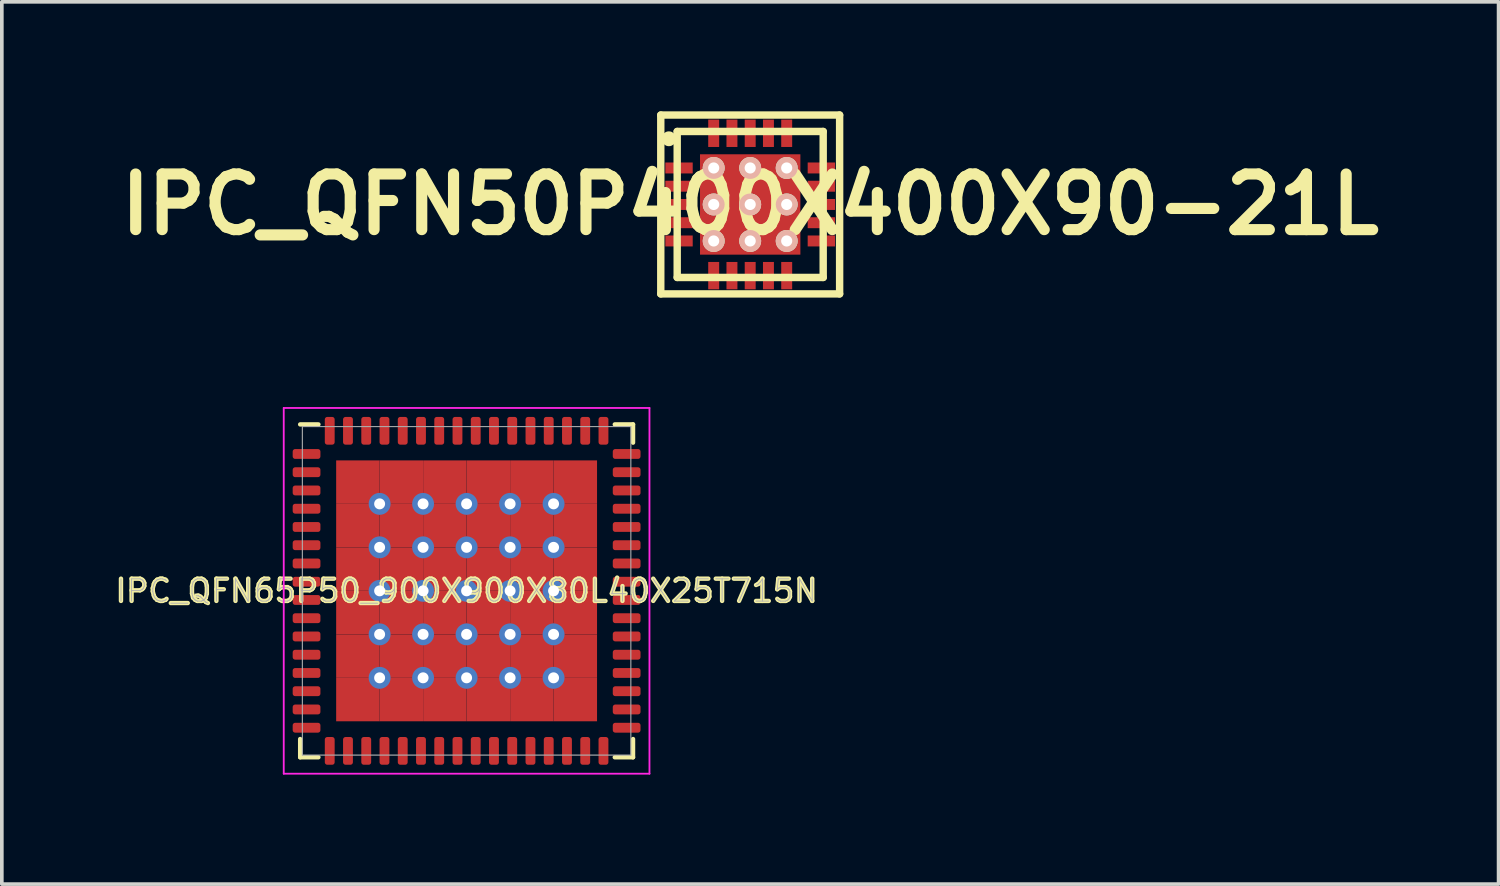
<source format=kicad_pcb>
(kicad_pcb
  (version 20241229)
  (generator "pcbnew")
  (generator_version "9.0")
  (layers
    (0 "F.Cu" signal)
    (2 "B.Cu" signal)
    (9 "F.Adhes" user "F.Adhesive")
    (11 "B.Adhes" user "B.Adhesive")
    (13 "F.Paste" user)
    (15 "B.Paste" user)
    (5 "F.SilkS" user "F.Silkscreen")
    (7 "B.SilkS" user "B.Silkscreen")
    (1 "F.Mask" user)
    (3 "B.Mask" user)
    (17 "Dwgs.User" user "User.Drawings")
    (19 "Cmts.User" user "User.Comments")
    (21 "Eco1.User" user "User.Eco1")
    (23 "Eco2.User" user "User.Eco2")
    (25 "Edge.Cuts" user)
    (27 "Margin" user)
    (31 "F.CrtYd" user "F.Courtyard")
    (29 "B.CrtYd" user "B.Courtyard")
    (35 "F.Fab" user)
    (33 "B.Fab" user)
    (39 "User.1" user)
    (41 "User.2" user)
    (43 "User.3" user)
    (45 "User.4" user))
  (footprint "IPC_QFN50P400X400X90-21L"
    (layer "F.Cu")
    (at 17.504 2.552)
    (property "Reference" "IPC_QFN50P400X400X90-21L" (at 0 0 0) (layer "F.SilkS") (effects (font (size 1.524 1.524) (thickness 0.305))))
    (attr through_hole)
    (fp_line (start -2.45 -2.45) (end 2.45 -2.45) (stroke (width 0.203) (type solid)) (layer "F.SilkS"))
    (fp_line (start -2.45 2.45) (end -2.45 -2.45) (stroke (width 0.203) (type solid)) (layer "F.SilkS"))
    (fp_line (start -2 -2) (end 2 -2) (stroke (width 0.203) (type solid)) (layer "F.SilkS"))
    (fp_line (start -2 2) (end -2 -2) (stroke (width 0.203) (type solid)) (layer "F.SilkS"))
    (fp_line (start 2 -2) (end 2 2) (stroke (width 0.203) (type solid)) (layer "F.SilkS"))
    (fp_line (start 2 2) (end -2 2) (stroke (width 0.203) (type solid)) (layer "F.SilkS"))
    (fp_line (start 2.45 -2.45) (end 2.45 2.45) (stroke (width 0.203) (type solid)) (layer "F.SilkS"))
    (fp_line (start 2.45 2.45) (end -2.45 2.45) (stroke (width 0.203) (type solid)) (layer "F.SilkS"))
    (fp_circle (center -2.228 -1.8) (end -2.126 -1.8) (stroke (width 0.203) (type solid)) (fill no) (layer "F.SilkS"))
    (pad "1" smd rect (at -1.95 -1) (size 0.75 0.3) (layers "F.Cu" "F.Mask" "F.Paste"))
    (pad "2" smd rect (at -1.95 -0.5) (size 0.75 0.3) (layers "F.Cu" "F.Mask" "F.Paste"))
    (pad "3" smd rect (at -1.95 0) (size 0.75 0.3) (layers "F.Cu" "F.Mask" "F.Paste"))
    (pad "4" smd rect (at -1.95 0.5) (size 0.75 0.3) (layers "F.Cu" "F.Mask" "F.Paste"))
    (pad "5" smd rect (at -1.95 1) (size 0.75 0.3) (layers "F.Cu" "F.Mask" "F.Paste"))
    (pad "6" smd rect (at -1 1.95 90) (size 0.75 0.3) (layers "F.Cu" "F.Mask" "F.Paste"))
    (pad "7" smd rect (at -0.5 1.95 90) (size 0.75 0.3) (layers "F.Cu" "F.Mask" "F.Paste"))
    (pad "8" smd rect (at 0 1.95 90) (size 0.75 0.3) (layers "F.Cu" "F.Mask" "F.Paste"))
    (pad "9" smd rect (at 0.5 1.95 90) (size 0.75 0.3) (layers "F.Cu" "F.Mask" "F.Paste"))
    (pad "10" smd rect (at 1 1.95 90) (size 0.75 0.3) (layers "F.Cu" "F.Mask" "F.Paste"))
    (pad "11" smd rect (at 1.95 1 180) (size 0.75 0.3) (layers "F.Cu" "F.Mask" "F.Paste"))
    (pad "12" smd rect (at 1.95 0.5 180) (size 0.75 0.3) (layers "F.Cu" "F.Mask" "F.Paste"))
    (pad "13" smd rect (at 1.95 0 180) (size 0.75 0.3) (layers "F.Cu" "F.Mask" "F.Paste"))
    (pad "14" smd rect (at 1.95 -0.5 180) (size 0.75 0.3) (layers "F.Cu" "F.Mask" "F.Paste"))
    (pad "15" smd rect (at 1.95 -1 180) (size 0.75 0.3) (layers "F.Cu" "F.Mask" "F.Paste"))
    (pad "16" smd rect (at 1 -1.95 270) (size 0.75 0.3) (layers "F.Cu" "F.Mask" "F.Paste"))
    (pad "17" smd rect (at 0.5 -1.95 270) (size 0.75 0.3) (layers "F.Cu" "F.Mask" "F.Paste"))
    (pad "18" smd rect (at 0 -1.95 270) (size 0.75 0.3) (layers "F.Cu" "F.Mask" "F.Paste"))
    (pad "19" smd rect (at -0.5 -1.95 270) (size 0.75 0.3) (layers "F.Cu" "F.Mask" "F.Paste"))
    (pad "20" smd rect (at -1 -1.95 270) (size 0.75 0.3) (layers "F.Cu" "F.Mask" "F.Paste"))
    (pad "21" thru_hole circle (at -1 -1) (size 0.6 0.6) (drill 0.305) (layers "*.Cu" "*.SilkS" "*.Mask"))
    (pad "21" thru_hole circle (at -1 0) (size 0.6 0.6) (drill 0.305) (layers "*.Cu" "*.SilkS" "*.Mask"))
    (pad "21" thru_hole circle (at -1 1) (size 0.6 0.6) (drill 0.305) (layers "*.Cu" "*.SilkS" "*.Mask"))
    (pad "21" thru_hole circle (at 0 -1) (size 0.6 0.6) (drill 0.305) (layers "*.Cu" "*.SilkS" "*.Mask"))
    (pad "21" thru_hole circle (at 0 0) (size 0.6 0.6) (drill 0.305) (layers "*.Cu" "*.SilkS" "*.Mask"))
    (pad "21" smd rect (at 0 0) (size 2.75 2.75) (layers "F.Cu" "F.Mask" "F.Paste"))
    (pad "21" thru_hole circle (at 0 1) (size 0.6 0.6) (drill 0.305) (layers "*.Cu" "*.SilkS" "*.Mask"))
    (pad "21" thru_hole circle (at 1 -1) (size 0.6 0.6) (drill 0.305) (layers "*.Cu" "*.SilkS" "*.Mask"))
    (pad "21" thru_hole circle (at 1 0) (size 0.6 0.6) (drill 0.305) (layers "*.Cu" "*.SilkS" "*.Mask"))
    (pad "21" thru_hole circle (at 1 1) (size 0.6 0.6) (drill 0.305) (layers "*.Cu" "*.SilkS" "*.Mask")))
  (footprint "IPC_QFN65P50_900X900X80L40X25T715N"
    (layer "F.Cu")
    (at 9.734 13.138)
    (property "Reference" "IPC_QFN65P50_900X900X80L40X25T715N" (at 0 0 0) (layer "F.SilkS") (effects (font (size 0.61 0.61) (thickness 0.12))))
    (attr smd)
    (fp_line (start -4.56 4.06) (end -4.56 4.56) (stroke (width 0.12) (type solid)) (layer "F.SilkS"))
    (fp_line (start -4.56 4.56) (end -4.06 4.56) (stroke (width 0.12) (type solid)) (layer "F.SilkS"))
    (fp_line (start -4.06 -4.56) (end -4.56 -4.56) (stroke (width 0.12) (type solid)) (layer "F.SilkS"))
    (fp_line (start 4.06 4.56) (end 4.56 4.56) (stroke (width 0.12) (type solid)) (layer "F.SilkS"))
    (fp_line (start 4.56 -4.56) (end 4.06 -4.56) (stroke (width 0.12) (type solid)) (layer "F.SilkS"))
    (fp_line (start 4.56 -4.06) (end 4.56 -4.56) (stroke (width 0.12) (type solid)) (layer "F.SilkS"))
    (fp_line (start 4.56 4.56) (end 4.56 4.06) (stroke (width 0.12) (type solid)) (layer "F.SilkS"))
    (fp_line (start -5.01 -5.01) (end 5.01 -5.01) (stroke (width 0.05) (type solid)) (layer "F.CrtYd"))
    (fp_line (start -5.01 5.01) (end -5.01 -5.01) (stroke (width 0.05) (type solid)) (layer "F.CrtYd"))
    (fp_line (start 5.01 -5.01) (end 5.01 5.01) (stroke (width 0.05) (type solid)) (layer "F.CrtYd"))
    (fp_line (start 5.01 5.01) (end -5.01 5.01) (stroke (width 0.05) (type solid)) (layer "F.CrtYd"))
    (fp_line (start -4.5 -4.5) (end 4.5 -4.5) (stroke (width 0.03) (type solid)) (layer "F.Fab"))
    (fp_line (start -4.5 4.5) (end -4.5 -4.5) (stroke (width 0.03) (type solid)) (layer "F.Fab"))
    (fp_line (start 4.5 -4.5) (end 4.5 4.5) (stroke (width 0.03) (type solid)) (layer "F.Fab"))
    (fp_line (start 4.5 4.5) (end -4.5 4.5) (stroke (width 0.03) (type solid)) (layer "F.Fab"))
    (fp_text user "${REFERENCE}" (at 0 0 0) (layer "F.Fab") (effects (font (size 0.61 0.61) (thickness 0.025))))
    (pad "1" smd roundrect (at -4.385 -3.75 270) (size 0.27 0.76) (layers "F.Cu" "F.Mask" "F.Paste") (roundrect_rratio 0.25))
    (pad "2" smd roundrect (at -4.385 -3.25 270) (size 0.27 0.76) (layers "F.Cu" "F.Mask" "F.Paste") (roundrect_rratio 0.25))
    (pad "3" smd roundrect (at -4.385 -2.75 270) (size 0.27 0.76) (layers "F.Cu" "F.Mask" "F.Paste") (roundrect_rratio 0.25))
    (pad "4" smd roundrect (at -4.385 -2.25 270) (size 0.27 0.76) (layers "F.Cu" "F.Mask" "F.Paste") (roundrect_rratio 0.25))
    (pad "5" smd roundrect (at -4.385 -1.75 270) (size 0.27 0.76) (layers "F.Cu" "F.Mask" "F.Paste") (roundrect_rratio 0.25))
    (pad "6" smd roundrect (at -4.385 -1.25 270) (size 0.27 0.76) (layers "F.Cu" "F.Mask" "F.Paste") (roundrect_rratio 0.25))
    (pad "7" smd roundrect (at -4.385 -0.75 270) (size 0.27 0.76) (layers "F.Cu" "F.Mask" "F.Paste") (roundrect_rratio 0.25))
    (pad "8" smd roundrect (at -4.385 -0.25 270) (size 0.27 0.76) (layers "F.Cu" "F.Mask" "F.Paste") (roundrect_rratio 0.25))
    (pad "9" smd roundrect (at -4.385 0.25 270) (size 0.27 0.76) (layers "F.Cu" "F.Mask" "F.Paste") (roundrect_rratio 0.25))
    (pad "10" smd roundrect (at -4.385 0.75 270) (size 0.27 0.76) (layers "F.Cu" "F.Mask" "F.Paste") (roundrect_rratio 0.25))
    (pad "11" smd roundrect (at -4.385 1.25 270) (size 0.27 0.76) (layers "F.Cu" "F.Mask" "F.Paste") (roundrect_rratio 0.25))
    (pad "12" smd roundrect (at -4.385 1.75 270) (size 0.27 0.76) (layers "F.Cu" "F.Mask" "F.Paste") (roundrect_rratio 0.25))
    (pad "13" smd roundrect (at -4.385 2.25 270) (size 0.27 0.76) (layers "F.Cu" "F.Mask" "F.Paste") (roundrect_rratio 0.25))
    (pad "14" smd roundrect (at -4.385 2.75 270) (size 0.27 0.76) (layers "F.Cu" "F.Mask" "F.Paste") (roundrect_rratio 0.25))
    (pad "15" smd roundrect (at -4.385 3.25 270) (size 0.27 0.76) (layers "F.Cu" "F.Mask" "F.Paste") (roundrect_rratio 0.25))
    (pad "16" smd roundrect (at -4.385 3.75 270) (size 0.27 0.76) (layers "F.Cu" "F.Mask" "F.Paste") (roundrect_rratio 0.25))
    (pad "17" smd roundrect (at -3.75 4.385) (size 0.27 0.76) (layers "F.Cu" "F.Mask" "F.Paste") (roundrect_rratio 0.25))
    (pad "18" smd roundrect (at -3.25 4.385) (size 0.27 0.76) (layers "F.Cu" "F.Mask" "F.Paste") (roundrect_rratio 0.25))
    (pad "19" smd roundrect (at -2.75 4.385) (size 0.27 0.76) (layers "F.Cu" "F.Mask" "F.Paste") (roundrect_rratio 0.25))
    (pad "20" smd roundrect (at -2.25 4.385) (size 0.27 0.76) (layers "F.Cu" "F.Mask" "F.Paste") (roundrect_rratio 0.25))
    (pad "21" smd roundrect (at -1.75 4.385) (size 0.27 0.76) (layers "F.Cu" "F.Mask" "F.Paste") (roundrect_rratio 0.25))
    (pad "22" smd roundrect (at -1.25 4.385) (size 0.27 0.76) (layers "F.Cu" "F.Mask" "F.Paste") (roundrect_rratio 0.25))
    (pad "23" smd roundrect (at -0.75 4.385) (size 0.27 0.76) (layers "F.Cu" "F.Mask" "F.Paste") (roundrect_rratio 0.25))
    (pad "24" smd roundrect (at -0.25 4.385) (size 0.27 0.76) (layers "F.Cu" "F.Mask" "F.Paste") (roundrect_rratio 0.25))
    (pad "25" smd roundrect (at 0.25 4.385) (size 0.27 0.76) (layers "F.Cu" "F.Mask" "F.Paste") (roundrect_rratio 0.25))
    (pad "26" smd roundrect (at 0.75 4.385) (size 0.27 0.76) (layers "F.Cu" "F.Mask" "F.Paste") (roundrect_rratio 0.25))
    (pad "27" smd roundrect (at 1.25 4.385) (size 0.27 0.76) (layers "F.Cu" "F.Mask" "F.Paste") (roundrect_rratio 0.25))
    (pad "28" smd roundrect (at 1.75 4.385) (size 0.27 0.76) (layers "F.Cu" "F.Mask" "F.Paste") (roundrect_rratio 0.25))
    (pad "29" smd roundrect (at 2.25 4.385) (size 0.27 0.76) (layers "F.Cu" "F.Mask" "F.Paste") (roundrect_rratio 0.25))
    (pad "30" smd roundrect (at 2.75 4.385) (size 0.27 0.76) (layers "F.Cu" "F.Mask" "F.Paste") (roundrect_rratio 0.25))
    (pad "31" smd roundrect (at 3.25 4.385) (size 0.27 0.76) (layers "F.Cu" "F.Mask" "F.Paste") (roundrect_rratio 0.25))
    (pad "32" smd roundrect (at 3.75 4.385) (size 0.27 0.76) (layers "F.Cu" "F.Mask" "F.Paste") (roundrect_rratio 0.25))
    (pad "33" smd roundrect (at 4.385 3.75 90) (size 0.27 0.76) (layers "F.Cu" "F.Mask" "F.Paste") (roundrect_rratio 0.25))
    (pad "34" smd roundrect (at 4.385 3.25 90) (size 0.27 0.76) (layers "F.Cu" "F.Mask" "F.Paste") (roundrect_rratio 0.25))
    (pad "35" smd roundrect (at 4.385 2.75 90) (size 0.27 0.76) (layers "F.Cu" "F.Mask" "F.Paste") (roundrect_rratio 0.25))
    (pad "36" smd roundrect (at 4.385 2.25 90) (size 0.27 0.76) (layers "F.Cu" "F.Mask" "F.Paste") (roundrect_rratio 0.25))
    (pad "37" smd roundrect (at 4.385 1.75 90) (size 0.27 0.76) (layers "F.Cu" "F.Mask" "F.Paste") (roundrect_rratio 0.25))
    (pad "38" smd roundrect (at 4.385 1.25 90) (size 0.27 0.76) (layers "F.Cu" "F.Mask" "F.Paste") (roundrect_rratio 0.25))
    (pad "39" smd roundrect (at 4.385 0.75 90) (size 0.27 0.76) (layers "F.Cu" "F.Mask" "F.Paste") (roundrect_rratio 0.25))
    (pad "40" smd roundrect (at 4.385 0.25 90) (size 0.27 0.76) (layers "F.Cu" "F.Mask" "F.Paste") (roundrect_rratio 0.25))
    (pad "41" smd roundrect (at 4.385 -0.25 90) (size 0.27 0.76) (layers "F.Cu" "F.Mask" "F.Paste") (roundrect_rratio 0.25))
    (pad "42" smd roundrect (at 4.385 -0.75 90) (size 0.27 0.76) (layers "F.Cu" "F.Mask" "F.Paste") (roundrect_rratio 0.25))
    (pad "43" smd roundrect (at 4.385 -1.25 90) (size 0.27 0.76) (layers "F.Cu" "F.Mask" "F.Paste") (roundrect_rratio 0.25))
    (pad "44" smd roundrect (at 4.385 -1.75 90) (size 0.27 0.76) (layers "F.Cu" "F.Mask" "F.Paste") (roundrect_rratio 0.25))
    (pad "45" smd roundrect (at 4.385 -2.25 90) (size 0.27 0.76) (layers "F.Cu" "F.Mask" "F.Paste") (roundrect_rratio 0.25))
    (pad "46" smd roundrect (at 4.385 -2.75 90) (size 0.27 0.76) (layers "F.Cu" "F.Mask" "F.Paste") (roundrect_rratio 0.25))
    (pad "47" smd roundrect (at 4.385 -3.25 90) (size 0.27 0.76) (layers "F.Cu" "F.Mask" "F.Paste") (roundrect_rratio 0.25))
    (pad "48" smd roundrect (at 4.385 -3.75 90) (size 0.27 0.76) (layers "F.Cu" "F.Mask" "F.Paste") (roundrect_rratio 0.25))
    (pad "49" smd roundrect (at 3.75 -4.385 180) (size 0.27 0.76) (layers "F.Cu" "F.Mask" "F.Paste") (roundrect_rratio 0.25))
    (pad "50" smd roundrect (at 3.25 -4.385 180) (size 0.27 0.76) (layers "F.Cu" "F.Mask" "F.Paste") (roundrect_rratio 0.25))
    (pad "51" smd roundrect (at 2.75 -4.385 180) (size 0.27 0.76) (layers "F.Cu" "F.Mask" "F.Paste") (roundrect_rratio 0.25))
    (pad "52" smd roundrect (at 2.25 -4.385 180) (size 0.27 0.76) (layers "F.Cu" "F.Mask" "F.Paste") (roundrect_rratio 0.25))
    (pad "53" smd roundrect (at 1.75 -4.385 180) (size 0.27 0.76) (layers "F.Cu" "F.Mask" "F.Paste") (roundrect_rratio 0.25))
    (pad "54" smd roundrect (at 1.25 -4.385 180) (size 0.27 0.76) (layers "F.Cu" "F.Mask" "F.Paste") (roundrect_rratio 0.25))
    (pad "55" smd roundrect (at 0.75 -4.385 180) (size 0.27 0.76) (layers "F.Cu" "F.Mask" "F.Paste") (roundrect_rratio 0.25))
    (pad "56" smd roundrect (at 0.25 -4.385 180) (size 0.27 0.76) (layers "F.Cu" "F.Mask" "F.Paste") (roundrect_rratio 0.25))
    (pad "57" smd roundrect (at -0.25 -4.385 180) (size 0.27 0.76) (layers "F.Cu" "F.Mask" "F.Paste") (roundrect_rratio 0.25))
    (pad "58" smd roundrect (at -0.75 -4.385 180) (size 0.27 0.76) (layers "F.Cu" "F.Mask" "F.Paste") (roundrect_rratio 0.25))
    (pad "59" smd roundrect (at -1.25 -4.385 180) (size 0.27 0.76) (layers "F.Cu" "F.Mask" "F.Paste") (roundrect_rratio 0.25))
    (pad "60" smd roundrect (at -1.75 -4.385 180) (size 0.27 0.76) (layers "F.Cu" "F.Mask" "F.Paste") (roundrect_rratio 0.25))
    (pad "61" smd roundrect (at -2.25 -4.385 180) (size 0.27 0.76) (layers "F.Cu" "F.Mask" "F.Paste") (roundrect_rratio 0.25))
    (pad "62" smd roundrect (at -2.75 -4.385 180) (size 0.27 0.76) (layers "F.Cu" "F.Mask" "F.Paste") (roundrect_rratio 0.25))
    (pad "63" smd roundrect (at -3.25 -4.385 180) (size 0.27 0.76) (layers "F.Cu" "F.Mask" "F.Paste") (roundrect_rratio 0.25))
    (pad "64" smd roundrect (at -3.75 -4.385 180) (size 0.27 0.76) (layers "F.Cu" "F.Mask" "F.Paste") (roundrect_rratio 0.25))
    (pad "65" smd rect (at -2.979 -2.979) (size 1.19 1.19) (layers "F.Cu" "F.Mask" "F.Paste"))
    (pad "65" smd rect (at -2.979 -1.788) (size 1.19 1.19) (layers "F.Cu" "F.Mask" "F.Paste"))
    (pad "65" smd rect (at -2.979 -0.596) (size 1.19 1.19) (layers "F.Cu" "F.Mask" "F.Paste"))
    (pad "65" smd rect (at -2.979 0.596) (size 1.19 1.19) (layers "F.Cu" "F.Mask" "F.Paste"))
    (pad "65" smd rect (at -2.979 1.788) (size 1.19 1.19) (layers "F.Cu" "F.Mask" "F.Paste"))
    (pad "65" smd rect (at -2.979 2.979) (size 1.19 1.19) (layers "F.Cu" "F.Mask" "F.Paste"))
    (pad "65" thru_hole circle (at -2.383 -2.383) (size 0.6 0.6) (drill 0.3) (layers "*.Cu"))
    (pad "65" thru_hole circle (at -2.383 -1.192) (size 0.6 0.6) (drill 0.3) (layers "*.Cu"))
    (pad "65" thru_hole circle (at -2.383 0) (size 0.6 0.6) (drill 0.3) (layers "*.Cu"))
    (pad "65" thru_hole circle (at -2.383 1.192) (size 0.6 0.6) (drill 0.3) (layers "*.Cu"))
    (pad "65" thru_hole circle (at -2.383 2.383) (size 0.6 0.6) (drill 0.3) (layers "*.Cu"))
    (pad "65" smd rect (at -1.788 -2.979) (size 1.19 1.19) (layers "F.Cu" "F.Mask" "F.Paste"))
    (pad "65" smd rect (at -1.788 -1.788) (size 1.19 1.19) (layers "F.Cu" "F.Mask" "F.Paste"))
    (pad "65" smd rect (at -1.788 -0.596) (size 1.19 1.19) (layers "F.Cu" "F.Mask" "F.Paste"))
    (pad "65" smd rect (at -1.788 0.596) (size 1.19 1.19) (layers "F.Cu" "F.Mask" "F.Paste"))
    (pad "65" smd rect (at -1.788 1.788) (size 1.19 1.19) (layers "F.Cu" "F.Mask" "F.Paste"))
    (pad "65" smd rect (at -1.788 2.979) (size 1.19 1.19) (layers "F.Cu" "F.Mask" "F.Paste"))
    (pad "65" thru_hole circle (at -1.192 -2.383) (size 0.6 0.6) (drill 0.3) (layers "*.Cu"))
    (pad "65" thru_hole circle (at -1.192 -1.192) (size 0.6 0.6) (drill 0.3) (layers "*.Cu"))
    (pad "65" thru_hole circle (at -1.192 0) (size 0.6 0.6) (drill 0.3) (layers "*.Cu"))
    (pad "65" thru_hole circle (at -1.192 1.192) (size 0.6 0.6) (drill 0.3) (layers "*.Cu"))
    (pad "65" thru_hole circle (at -1.192 2.383) (size 0.6 0.6) (drill 0.3) (layers "*.Cu"))
    (pad "65" smd rect (at -0.596 -2.979) (size 1.19 1.19) (layers "F.Cu" "F.Mask" "F.Paste"))
    (pad "65" smd rect (at -0.596 -1.788) (size 1.19 1.19) (layers "F.Cu" "F.Mask" "F.Paste"))
    (pad "65" smd rect (at -0.596 -0.596) (size 1.19 1.19) (layers "F.Cu" "F.Mask" "F.Paste"))
    (pad "65" smd rect (at -0.596 0.596) (size 1.19 1.19) (layers "F.Cu" "F.Mask" "F.Paste"))
    (pad "65" smd rect (at -0.596 1.788) (size 1.19 1.19) (layers "F.Cu" "F.Mask" "F.Paste"))
    (pad "65" smd rect (at -0.596 2.979) (size 1.19 1.19) (layers "F.Cu" "F.Mask" "F.Paste"))
    (pad "65" thru_hole circle (at 0 -2.383) (size 0.6 0.6) (drill 0.3) (layers "*.Cu"))
    (pad "65" thru_hole circle (at 0 -1.192) (size 0.6 0.6) (drill 0.3) (layers "*.Cu"))
    (pad "65" thru_hole circle (at 0 0) (size 0.6 0.6) (drill 0.3) (layers "*.Cu"))
    (pad "65" thru_hole circle (at 0 1.192) (size 0.6 0.6) (drill 0.3) (layers "*.Cu"))
    (pad "65" thru_hole circle (at 0 2.383) (size 0.6 0.6) (drill 0.3) (layers "*.Cu"))
    (pad "65" smd rect (at 0.596 -2.979) (size 1.19 1.19) (layers "F.Cu" "F.Mask" "F.Paste"))
    (pad "65" smd rect (at 0.596 -1.788) (size 1.19 1.19) (layers "F.Cu" "F.Mask" "F.Paste"))
    (pad "65" smd rect (at 0.596 -0.596) (size 1.19 1.19) (layers "F.Cu" "F.Mask" "F.Paste"))
    (pad "65" smd rect (at 0.596 0.596) (size 1.19 1.19) (layers "F.Cu" "F.Mask" "F.Paste"))
    (pad "65" smd rect (at 0.596 1.788) (size 1.19 1.19) (layers "F.Cu" "F.Mask" "F.Paste"))
    (pad "65" smd rect (at 0.596 2.979) (size 1.19 1.19) (layers "F.Cu" "F.Mask" "F.Paste"))
    (pad "65" thru_hole circle (at 1.192 -2.383) (size 0.6 0.6) (drill 0.3) (layers "*.Cu"))
    (pad "65" thru_hole circle (at 1.192 -1.192) (size 0.6 0.6) (drill 0.3) (layers "*.Cu"))
    (pad "65" thru_hole circle (at 1.192 0) (size 0.6 0.6) (drill 0.3) (layers "*.Cu"))
    (pad "65" thru_hole circle (at 1.192 1.192) (size 0.6 0.6) (drill 0.3) (layers "*.Cu"))
    (pad "65" thru_hole circle (at 1.192 2.383) (size 0.6 0.6) (drill 0.3) (layers "*.Cu"))
    (pad "65" smd rect (at 1.788 -2.979) (size 1.19 1.19) (layers "F.Cu" "F.Mask" "F.Paste"))
    (pad "65" smd rect (at 1.788 -1.788) (size 1.19 1.19) (layers "F.Cu" "F.Mask" "F.Paste"))
    (pad "65" smd rect (at 1.788 -0.596) (size 1.19 1.19) (layers "F.Cu" "F.Mask" "F.Paste"))
    (pad "65" smd rect (at 1.788 0.596) (size 1.19 1.19) (layers "F.Cu" "F.Mask" "F.Paste"))
    (pad "65" smd rect (at 1.788 1.788) (size 1.19 1.19) (layers "F.Cu" "F.Mask" "F.Paste"))
    (pad "65" smd rect (at 1.788 2.979) (size 1.19 1.19) (layers "F.Cu" "F.Mask" "F.Paste"))
    (pad "65" thru_hole circle (at 2.383 -2.383) (size 0.6 0.6) (drill 0.3) (layers "*.Cu"))
    (pad "65" thru_hole circle (at 2.383 -1.192) (size 0.6 0.6) (drill 0.3) (layers "*.Cu"))
    (pad "65" thru_hole circle (at 2.383 0) (size 0.6 0.6) (drill 0.3) (layers "*.Cu"))
    (pad "65" thru_hole circle (at 2.383 1.192) (size 0.6 0.6) (drill 0.3) (layers "*.Cu"))
    (pad "65" thru_hole circle (at 2.383 2.383) (size 0.6 0.6) (drill 0.3) (layers "*.Cu"))
    (pad "65" smd rect (at 2.979 -2.979) (size 1.19 1.19) (layers "F.Cu" "F.Mask" "F.Paste"))
    (pad "65" smd rect (at 2.979 -1.788) (size 1.19 1.19) (layers "F.Cu" "F.Mask" "F.Paste"))
    (pad "65" smd rect (at 2.979 -0.596) (size 1.19 1.19) (layers "F.Cu" "F.Mask" "F.Paste"))
    (pad "65" smd rect (at 2.979 0.596) (size 1.19 1.19) (layers "F.Cu" "F.Mask" "F.Paste"))
    (pad "65" smd rect (at 2.979 1.788) (size 1.19 1.19) (layers "F.Cu" "F.Mask" "F.Paste"))
    (pad "65" smd rect (at 2.979 2.979) (size 1.19 1.19) (layers "F.Cu" "F.Mask" "F.Paste")))
  (gr_rect
    (start -3 -3)
    (end 38.008 21.173)
    (stroke (width 0.1) (type default))
    (fill no)
    (layer "Edge.Cuts")))
</source>
